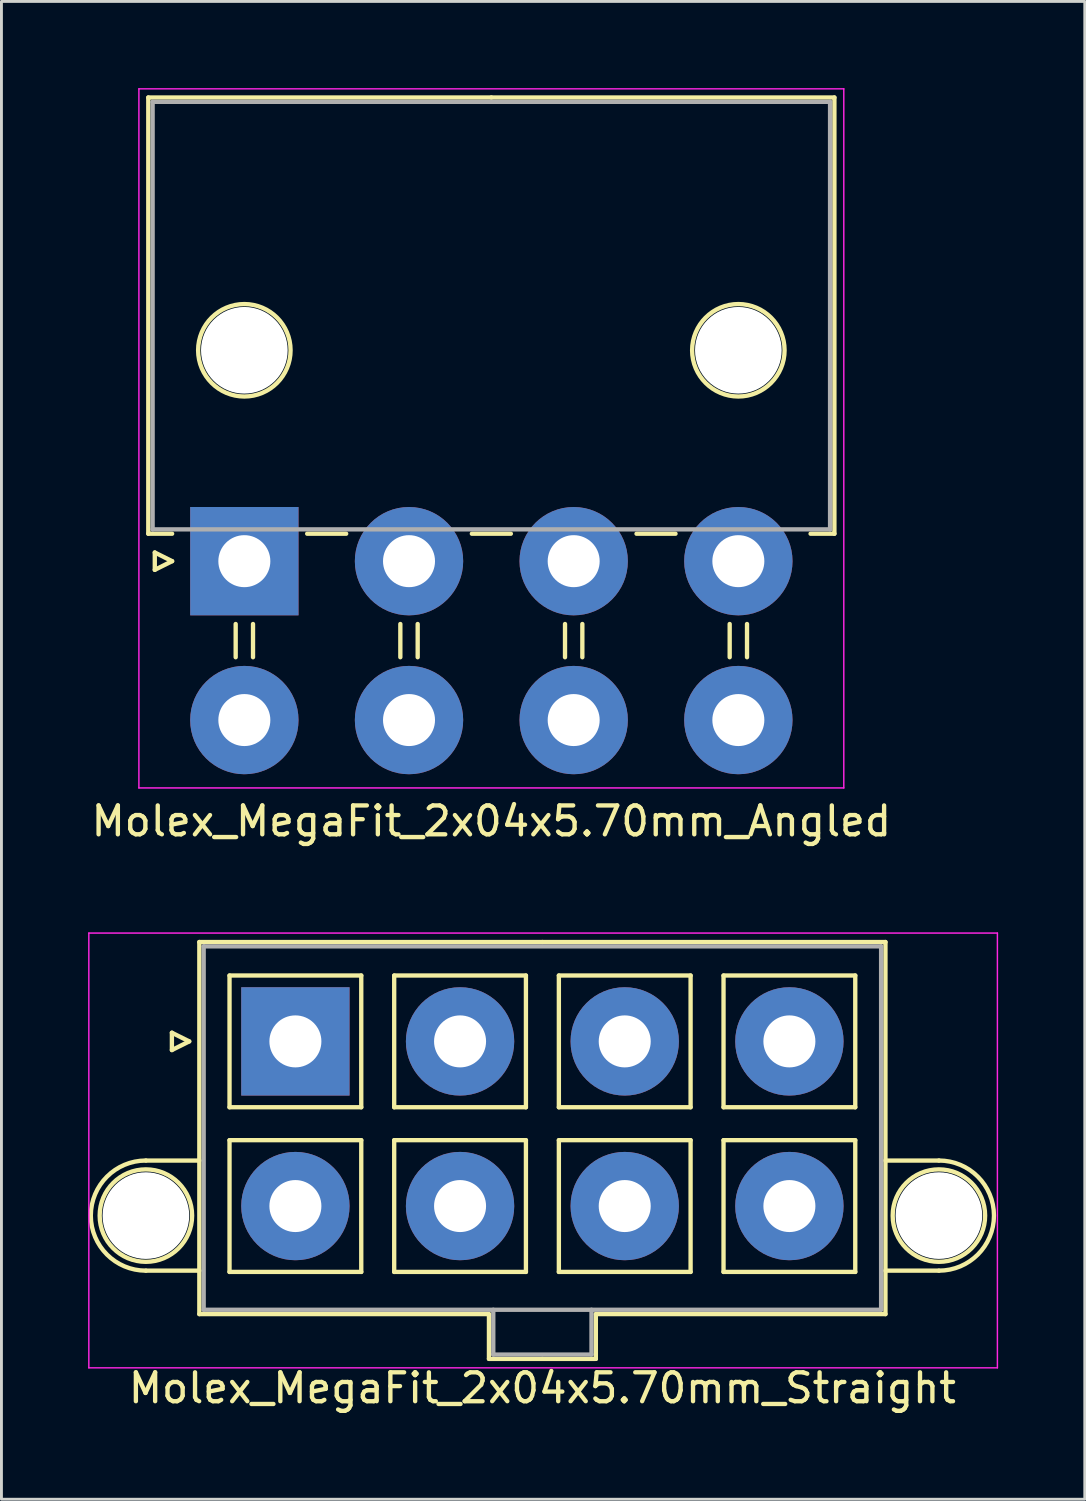
<source format=kicad_pcb>
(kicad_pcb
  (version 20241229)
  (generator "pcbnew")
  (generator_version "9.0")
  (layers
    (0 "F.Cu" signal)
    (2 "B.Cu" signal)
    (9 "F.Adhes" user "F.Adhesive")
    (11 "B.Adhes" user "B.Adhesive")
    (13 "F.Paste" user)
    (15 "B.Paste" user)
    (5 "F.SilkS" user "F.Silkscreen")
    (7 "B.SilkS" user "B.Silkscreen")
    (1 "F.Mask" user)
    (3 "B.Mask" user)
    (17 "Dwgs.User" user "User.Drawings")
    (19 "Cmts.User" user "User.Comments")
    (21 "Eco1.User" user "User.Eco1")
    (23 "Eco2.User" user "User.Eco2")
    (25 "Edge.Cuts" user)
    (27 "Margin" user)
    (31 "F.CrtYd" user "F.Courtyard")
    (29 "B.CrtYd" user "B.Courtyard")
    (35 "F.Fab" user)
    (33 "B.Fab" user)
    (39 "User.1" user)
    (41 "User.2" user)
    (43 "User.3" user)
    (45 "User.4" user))
  (footprint "Molex_MegaFit_2x04x5.70mm_Straight"
    (layer "F.Cu")
    (at 7.175 32.998)
    (property "Reference" "Molex_MegaFit_2x04x5.70mm_Straight" (at 8.55 12 0) (layer "F.SilkS") (effects (font (size 1 1) (thickness 0.15))))
    (attr through_hole)
    (fp_line (start -5.175 4.124) (end -3.325 4.124) (stroke (width 0.15) (type solid)) (layer "F.SilkS"))
    (fp_line (start -5.175 7.936) (end -3.325 7.936) (stroke (width 0.15) (type solid)) (layer "F.SilkS"))
    (fp_line (start -4.275 -0.3) (end -3.675 0) (stroke (width 0.15) (type solid)) (layer "F.SilkS"))
    (fp_line (start -4.275 0.3) (end -4.275 -0.3) (stroke (width 0.15) (type solid)) (layer "F.SilkS"))
    (fp_line (start -3.675 0) (end -4.275 0.3) (stroke (width 0.15) (type solid)) (layer "F.SilkS"))
    (fp_line (start -3.325 -3.44) (end -3.325 9.44) (stroke (width 0.15) (type solid)) (layer "F.SilkS"))
    (fp_line (start -3.325 9.44) (end 6.7 9.44) (stroke (width 0.15) (type solid)) (layer "F.SilkS"))
    (fp_line (start -2.28 -2.28) (end -2.28 2.28) (stroke (width 0.15) (type solid)) (layer "F.SilkS"))
    (fp_line (start -2.28 2.28) (end 2.28 2.28) (stroke (width 0.15) (type solid)) (layer "F.SilkS"))
    (fp_line (start -2.28 3.42) (end -2.28 7.98) (stroke (width 0.15) (type solid)) (layer "F.SilkS"))
    (fp_line (start -2.28 7.98) (end 2.28 7.98) (stroke (width 0.15) (type solid)) (layer "F.SilkS"))
    (fp_line (start 2.28 -2.28) (end -2.28 -2.28) (stroke (width 0.15) (type solid)) (layer "F.SilkS"))
    (fp_line (start 2.28 2.28) (end 2.28 -2.28) (stroke (width 0.15) (type solid)) (layer "F.SilkS"))
    (fp_line (start 2.28 3.42) (end -2.28 3.42) (stroke (width 0.15) (type solid)) (layer "F.SilkS"))
    (fp_line (start 2.28 7.98) (end 2.28 3.42) (stroke (width 0.15) (type solid)) (layer "F.SilkS"))
    (fp_line (start 3.42 -2.28) (end 3.42 2.28) (stroke (width 0.15) (type solid)) (layer "F.SilkS"))
    (fp_line (start 3.42 2.28) (end 7.98 2.28) (stroke (width 0.15) (type solid)) (layer "F.SilkS"))
    (fp_line (start 3.42 3.42) (end 3.42 7.98) (stroke (width 0.15) (type solid)) (layer "F.SilkS"))
    (fp_line (start 3.42 7.98) (end 7.98 7.98) (stroke (width 0.15) (type solid)) (layer "F.SilkS"))
    (fp_line (start 6.7 9.44) (end 6.7 10.99) (stroke (width 0.15) (type solid)) (layer "F.SilkS"))
    (fp_line (start 6.7 10.99) (end 8.55 10.99) (stroke (width 0.15) (type solid)) (layer "F.SilkS"))
    (fp_line (start 7.98 -2.28) (end 3.42 -2.28) (stroke (width 0.15) (type solid)) (layer "F.SilkS"))
    (fp_line (start 7.98 2.28) (end 7.98 -2.28) (stroke (width 0.15) (type solid)) (layer "F.SilkS"))
    (fp_line (start 7.98 3.42) (end 3.42 3.42) (stroke (width 0.15) (type solid)) (layer "F.SilkS"))
    (fp_line (start 7.98 7.98) (end 7.98 3.42) (stroke (width 0.15) (type solid)) (layer "F.SilkS"))
    (fp_line (start 8.55 -3.44) (end -3.325 -3.44) (stroke (width 0.15) (type solid)) (layer "F.SilkS"))
    (fp_line (start 8.55 -3.44) (end 20.425 -3.44) (stroke (width 0.15) (type solid)) (layer "F.SilkS"))
    (fp_line (start 9.12 -2.28) (end 9.12 2.28) (stroke (width 0.15) (type solid)) (layer "F.SilkS"))
    (fp_line (start 9.12 2.28) (end 13.68 2.28) (stroke (width 0.15) (type solid)) (layer "F.SilkS"))
    (fp_line (start 9.12 3.42) (end 9.12 7.98) (stroke (width 0.15) (type solid)) (layer "F.SilkS"))
    (fp_line (start 9.12 7.98) (end 13.68 7.98) (stroke (width 0.15) (type solid)) (layer "F.SilkS"))
    (fp_line (start 10.4 9.44) (end 10.4 10.99) (stroke (width 0.15) (type solid)) (layer "F.SilkS"))
    (fp_line (start 10.4 10.99) (end 8.55 10.99) (stroke (width 0.15) (type solid)) (layer "F.SilkS"))
    (fp_line (start 13.68 -2.28) (end 9.12 -2.28) (stroke (width 0.15) (type solid)) (layer "F.SilkS"))
    (fp_line (start 13.68 2.28) (end 13.68 -2.28) (stroke (width 0.15) (type solid)) (layer "F.SilkS"))
    (fp_line (start 13.68 3.42) (end 9.12 3.42) (stroke (width 0.15) (type solid)) (layer "F.SilkS"))
    (fp_line (start 13.68 7.98) (end 13.68 3.42) (stroke (width 0.15) (type solid)) (layer "F.SilkS"))
    (fp_line (start 14.82 -2.28) (end 14.82 2.28) (stroke (width 0.15) (type solid)) (layer "F.SilkS"))
    (fp_line (start 14.82 2.28) (end 19.38 2.28) (stroke (width 0.15) (type solid)) (layer "F.SilkS"))
    (fp_line (start 14.82 3.42) (end 14.82 7.98) (stroke (width 0.15) (type solid)) (layer "F.SilkS"))
    (fp_line (start 14.82 7.98) (end 19.38 7.98) (stroke (width 0.15) (type solid)) (layer "F.SilkS"))
    (fp_line (start 19.38 -2.28) (end 14.82 -2.28) (stroke (width 0.15) (type solid)) (layer "F.SilkS"))
    (fp_line (start 19.38 2.28) (end 19.38 -2.28) (stroke (width 0.15) (type solid)) (layer "F.SilkS"))
    (fp_line (start 19.38 3.42) (end 14.82 3.42) (stroke (width 0.15) (type solid)) (layer "F.SilkS"))
    (fp_line (start 19.38 7.98) (end 19.38 3.42) (stroke (width 0.15) (type solid)) (layer "F.SilkS"))
    (fp_line (start 20.425 -3.44) (end 20.425 9.44) (stroke (width 0.15) (type solid)) (layer "F.SilkS"))
    (fp_line (start 20.425 9.44) (end 10.4 9.44) (stroke (width 0.15) (type solid)) (layer "F.SilkS"))
    (fp_line (start 22.275 4.124) (end 20.425 4.124) (stroke (width 0.15) (type solid)) (layer "F.SilkS"))
    (fp_line (start 22.275 7.936) (end 20.425 7.936) (stroke (width 0.15) (type solid)) (layer "F.SilkS"))
    (fp_arc (start -5.175 7.93625) (mid -7.08125 6.03) (end -5.175 4.12375) (stroke (width 0.15) (type solid)) (layer "F.SilkS"))
    (fp_arc (start 22.275 4.12375) (mid 24.18125 6.03) (end 22.275 7.93625) (stroke (width 0.15) (type solid)) (layer "F.SilkS"))
    (fp_circle (center -5.175 6.03) (end -3.575 6.03) (stroke (width 0.15) (type solid)) (fill no) (layer "F.SilkS"))
    (fp_circle (center 22.275 6.03) (end 23.875 6.03) (stroke (width 0.15) (type solid)) (fill no) (layer "F.SilkS"))
    (fp_line (start -7.15 -3.75) (end -7.15 11.3) (stroke (width 0.05) (type solid)) (layer "F.CrtYd"))
    (fp_line (start -7.15 11.3) (end 24.3 11.3) (stroke (width 0.05) (type solid)) (layer "F.CrtYd"))
    (fp_line (start 24.3 -3.75) (end -7.15 -3.75) (stroke (width 0.05) (type solid)) (layer "F.CrtYd"))
    (fp_line (start 24.3 11.3) (end 24.3 -3.75) (stroke (width 0.05) (type solid)) (layer "F.CrtYd"))
    (fp_line (start -3.175 -3.29) (end -3.175 9.29) (stroke (width 0.15) (type solid)) (layer "F.Fab"))
    (fp_line (start -3.175 9.29) (end 20.275 9.29) (stroke (width 0.15) (type solid)) (layer "F.Fab"))
    (fp_line (start 6.85 9.29) (end 6.85 10.84) (stroke (width 0.15) (type solid)) (layer "F.Fab"))
    (fp_line (start 6.85 10.84) (end 10.25 10.84) (stroke (width 0.15) (type solid)) (layer "F.Fab"))
    (fp_line (start 10.25 10.84) (end 10.25 9.29) (stroke (width 0.15) (type solid)) (layer "F.Fab"))
    (fp_line (start 20.275 -3.29) (end -3.175 -3.29) (stroke (width 0.15) (type solid)) (layer "F.Fab"))
    (fp_line (start 20.275 9.29) (end 20.275 -3.29) (stroke (width 0.15) (type solid)) (layer "F.Fab"))
    (pad "" np_thru_hole circle (at -5.175 6.03) (size 3 3) (drill 3) (layers "*.Cu"))
    (pad "" np_thru_hole circle (at 22.275 6.03) (size 3 3) (drill 3) (layers "*.Cu"))
    (pad "1" thru_hole rect (at 0 0) (size 3.75 3.75) (drill 1.8) (layers "*.Cu" "*.Mask"))
    (pad "2" thru_hole circle (at 5.7 0) (size 3.75 3.75) (drill 1.8) (layers "*.Cu" "*.Mask"))
    (pad "3" thru_hole circle (at 11.4 0) (size 3.75 3.75) (drill 1.8) (layers "*.Cu" "*.Mask"))
    (pad "4" thru_hole circle (at 17.1 0) (size 3.75 3.75) (drill 1.8) (layers "*.Cu" "*.Mask"))
    (pad "5" thru_hole circle (at 0 5.7) (size 3.75 3.75) (drill 1.8) (layers "*.Cu" "*.Mask"))
    (pad "6" thru_hole circle (at 5.7 5.7) (size 3.75 3.75) (drill 1.8) (layers "*.Cu" "*.Mask"))
    (pad "7" thru_hole circle (at 11.4 5.7) (size 3.75 3.75) (drill 1.8) (layers "*.Cu" "*.Mask"))
    (pad "8" thru_hole circle (at 17.1 5.7) (size 3.75 3.75) (drill 1.8) (layers "*.Cu" "*.Mask")))
  (footprint "Molex_MegaFit_2x04x5.70mm_Angled"
    (layer "F.Cu")
    (at 5.408 16.375)
    (property "Reference" "Molex_MegaFit_2x04x5.70mm_Angled" (at 8.55 9 0) (layer "F.SilkS") (effects (font (size 1 1) (thickness 0.15))))
    (attr through_hole)
    (fp_line (start -3.325 -16.05) (end -3.325 -0.95) (stroke (width 0.15) (type solid)) (layer "F.SilkS"))
    (fp_line (start -3.325 -0.95) (end -2.5 -0.95) (stroke (width 0.15) (type solid)) (layer "F.SilkS"))
    (fp_line (start -3.1 -0.3) (end -2.5 0) (stroke (width 0.15) (type solid)) (layer "F.SilkS"))
    (fp_line (start -3.1 0.3) (end -3.1 -0.3) (stroke (width 0.15) (type solid)) (layer "F.SilkS"))
    (fp_line (start -2.5 0) (end -3.1 0.3) (stroke (width 0.15) (type solid)) (layer "F.SilkS"))
    (fp_line (start -0.3 2.175) (end -0.3 3.325) (stroke (width 0.15) (type solid)) (layer "F.SilkS"))
    (fp_line (start 0.3 2.175) (end 0.3 3.325) (stroke (width 0.15) (type solid)) (layer "F.SilkS"))
    (fp_line (start 2.175 -0.95) (end 3.525 -0.95) (stroke (width 0.15) (type solid)) (layer "F.SilkS"))
    (fp_line (start 5.4 2.175) (end 5.4 3.325) (stroke (width 0.15) (type solid)) (layer "F.SilkS"))
    (fp_line (start 6 2.175) (end 6 3.325) (stroke (width 0.15) (type solid)) (layer "F.SilkS"))
    (fp_line (start 7.875 -0.95) (end 9.225 -0.95) (stroke (width 0.15) (type solid)) (layer "F.SilkS"))
    (fp_line (start 8.55 -16.05) (end -3.325 -16.05) (stroke (width 0.15) (type solid)) (layer "F.SilkS"))
    (fp_line (start 8.55 -16.05) (end 20.425 -16.05) (stroke (width 0.15) (type solid)) (layer "F.SilkS"))
    (fp_line (start 11.1 2.175) (end 11.1 3.325) (stroke (width 0.15) (type solid)) (layer "F.SilkS"))
    (fp_line (start 11.7 2.175) (end 11.7 3.325) (stroke (width 0.15) (type solid)) (layer "F.SilkS"))
    (fp_line (start 13.575 -0.95) (end 14.925 -0.95) (stroke (width 0.15) (type solid)) (layer "F.SilkS"))
    (fp_line (start 16.8 2.175) (end 16.8 3.325) (stroke (width 0.15) (type solid)) (layer "F.SilkS"))
    (fp_line (start 17.4 2.175) (end 17.4 3.325) (stroke (width 0.15) (type solid)) (layer "F.SilkS"))
    (fp_line (start 20.425 -16.05) (end 20.425 -0.95) (stroke (width 0.15) (type solid)) (layer "F.SilkS"))
    (fp_line (start 20.425 -0.95) (end 19.6 -0.95) (stroke (width 0.15) (type solid)) (layer "F.SilkS"))
    (fp_circle (center 0 -7.3) (end 1.6 -7.3) (stroke (width 0.15) (type solid)) (fill no) (layer "F.SilkS"))
    (fp_circle (center 17.1 -7.3) (end 18.7 -7.3) (stroke (width 0.15) (type solid)) (fill no) (layer "F.SilkS"))
    (fp_line (start -3.65 -16.35) (end -3.65 7.85) (stroke (width 0.05) (type solid)) (layer "F.CrtYd"))
    (fp_line (start -3.65 7.85) (end 20.75 7.85) (stroke (width 0.05) (type solid)) (layer "F.CrtYd"))
    (fp_line (start 20.75 -16.35) (end -3.65 -16.35) (stroke (width 0.05) (type solid)) (layer "F.CrtYd"))
    (fp_line (start 20.75 7.85) (end 20.75 -16.35) (stroke (width 0.05) (type solid)) (layer "F.CrtYd"))
    (fp_line (start -3.175 -15.9) (end -3.175 -1.1) (stroke (width 0.15) (type solid)) (layer "F.Fab"))
    (fp_line (start -3.175 -1.1) (end 20.275 -1.1) (stroke (width 0.15) (type solid)) (layer "F.Fab"))
    (fp_line (start 20.275 -15.9) (end -3.175 -15.9) (stroke (width 0.15) (type solid)) (layer "F.Fab"))
    (fp_line (start 20.275 -1.1) (end 20.275 -15.9) (stroke (width 0.15) (type solid)) (layer "F.Fab"))
    (pad "" np_thru_hole circle (at 0 -7.3) (size 3 3) (drill 3) (layers "*.Cu"))
    (pad "" np_thru_hole circle (at 17.1 -7.3) (size 3 3) (drill 3) (layers "*.Cu"))
    (pad "1" thru_hole rect (at 0 0) (size 3.75 3.75) (drill 1.8) (layers "*.Cu" "*.Mask"))
    (pad "2" thru_hole circle (at 5.7 0) (size 3.75 3.75) (drill 1.8) (layers "*.Cu" "*.Mask"))
    (pad "3" thru_hole circle (at 11.4 0) (size 3.75 3.75) (drill 1.8) (layers "*.Cu" "*.Mask"))
    (pad "4" thru_hole circle (at 17.1 0) (size 3.75 3.75) (drill 1.8) (layers "*.Cu" "*.Mask"))
    (pad "5" thru_hole circle (at 0 5.5) (size 3.75 3.75) (drill 1.8) (layers "*.Cu" "*.Mask"))
    (pad "6" thru_hole circle (at 5.7 5.5) (size 3.75 3.75) (drill 1.8) (layers "*.Cu" "*.Mask"))
    (pad "7" thru_hole circle (at 11.4 5.5) (size 3.75 3.75) (drill 1.8) (layers "*.Cu" "*.Mask"))
    (pad "8" thru_hole circle (at 17.1 5.5) (size 3.75 3.75) (drill 1.8) (layers "*.Cu" "*.Mask")))
  (gr_rect
    (start -3 -3)
    (end 34.5 48.846)
    (stroke (width 0.1) (type default))
    (fill no)
    (layer "Edge.Cuts")))
</source>
